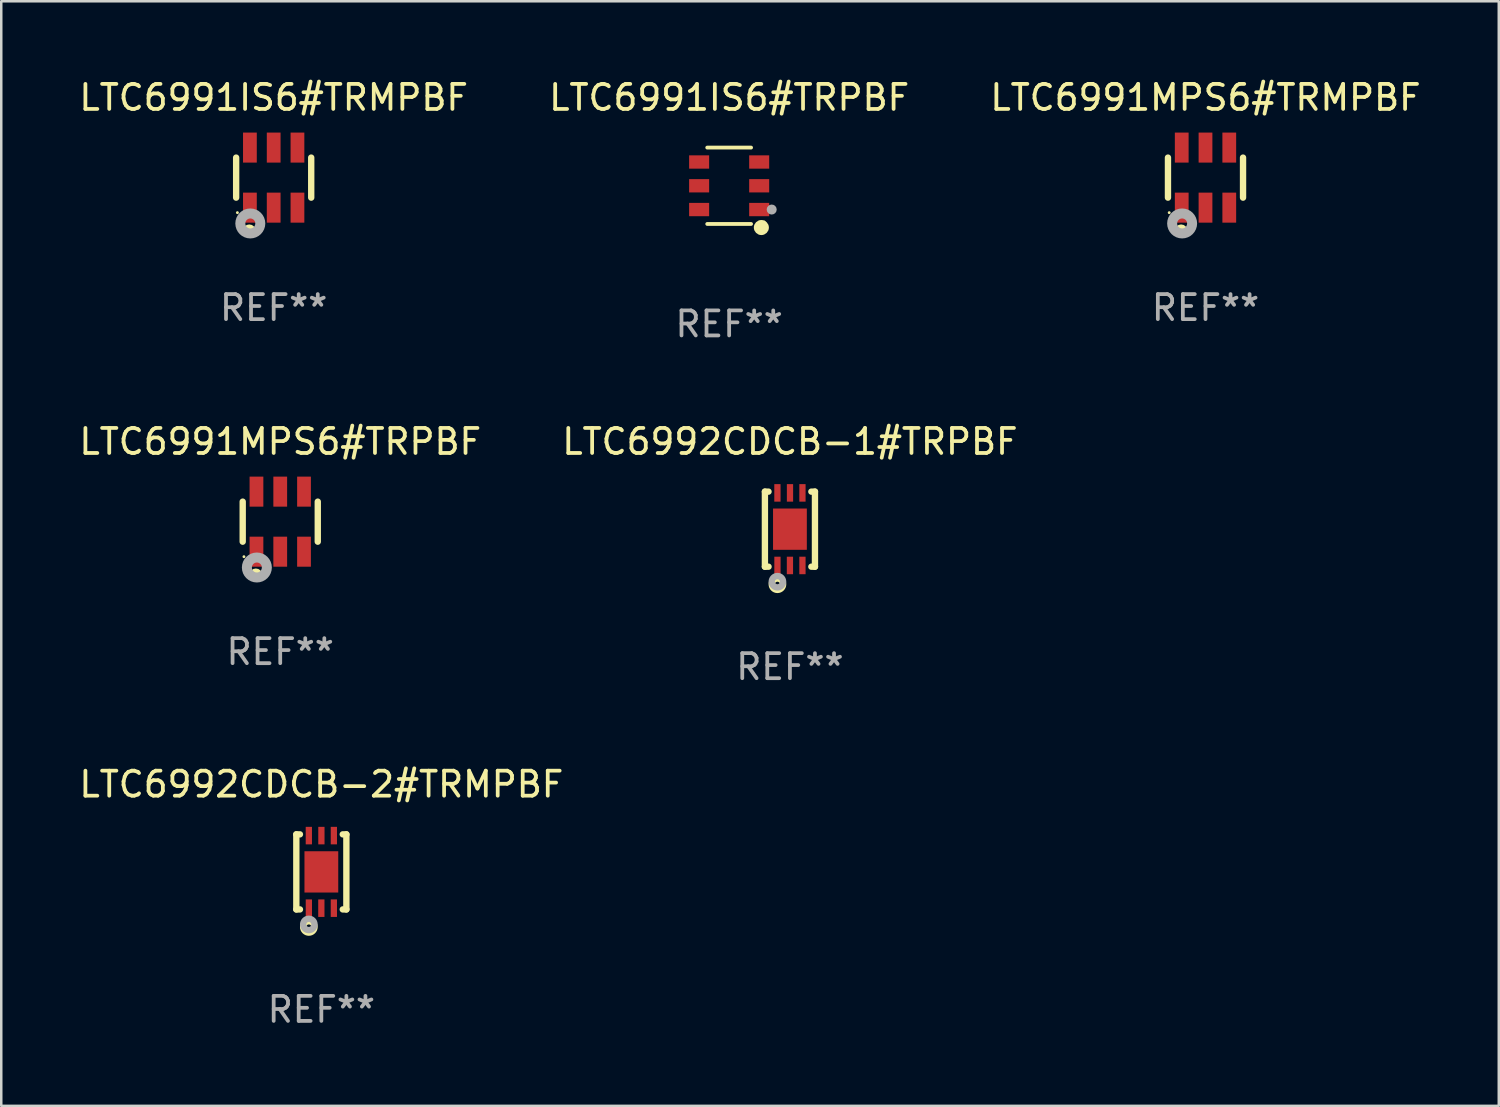
<source format=kicad_pcb>
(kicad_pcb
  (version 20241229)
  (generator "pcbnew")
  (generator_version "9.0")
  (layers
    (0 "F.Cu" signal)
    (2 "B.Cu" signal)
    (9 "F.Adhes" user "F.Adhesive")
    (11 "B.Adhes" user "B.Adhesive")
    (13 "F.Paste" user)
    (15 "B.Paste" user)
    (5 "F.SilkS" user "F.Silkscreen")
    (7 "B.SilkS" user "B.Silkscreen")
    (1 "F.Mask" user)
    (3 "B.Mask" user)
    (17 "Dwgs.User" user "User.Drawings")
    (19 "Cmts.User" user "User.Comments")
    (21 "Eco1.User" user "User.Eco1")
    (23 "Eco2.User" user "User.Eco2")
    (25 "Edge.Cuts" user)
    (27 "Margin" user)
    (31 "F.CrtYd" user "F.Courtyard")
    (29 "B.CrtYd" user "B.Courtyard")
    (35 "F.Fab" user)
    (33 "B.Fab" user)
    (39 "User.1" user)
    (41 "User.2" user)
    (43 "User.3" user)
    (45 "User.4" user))
  (footprint "LTC6992CDCB-1#TRPBF"
    (layer "F.Cu")
    (at 28.518 18.097)
    (property "Reference" "LTC6992CDCB-1#TRPBF" (at 0 -3.5 0) (layer "F.SilkS") (effects (font (size 1 1) (thickness 0.15))))
    (attr through_hole)
    (fp_line (start -1 1.5) (end -1 -1.5) (stroke (width 0.254) (type solid)) (layer "F.SilkS"))
    (fp_line (start -0.856 -1.5) (end -1 -1.5) (stroke (width 0.254) (type solid)) (layer "F.SilkS"))
    (fp_line (start -0.855 1.5) (end -1 1.5) (stroke (width 0.254) (type solid)) (layer "F.SilkS"))
    (fp_line (start 1 -1.5) (end 0.856 -1.5) (stroke (width 0.254) (type solid)) (layer "F.SilkS"))
    (fp_line (start 1 1.5) (end 0.856 1.5) (stroke (width 0.254) (type solid)) (layer "F.SilkS"))
    (fp_line (start 1 1.5) (end 1 -1.5) (stroke (width 0.254) (type solid)) (layer "F.SilkS"))
    (fp_circle (center -1 1.5) (end -0.97 1.5) (stroke (width 0.06) (type solid)) (fill no) (layer "F.SilkS"))
    (fp_circle (center -0.5 2.2) (end -0.4 2.2) (stroke (width 0.254) (type solid)) (fill no) (layer "F.SilkS"))
    (fp_circle (center -0.5 2.1) (end -0.4 2.1) (stroke (width 0.254) (type solid)) (fill no) (layer "F.Fab"))
    (fp_text user "REF**" (at 0 5.5 0) (layer "F.Fab") (effects (font (size 1 1) (thickness 0.15))))
    (pad "1" smd rect (at -0.499 1.45 180) (size 0.25 0.7) (layers "F.Cu" "F.Mask" "F.Paste"))
    (pad "2" smd rect (at 0.000025 1.45 180) (size 0.25 0.7) (layers "F.Cu" "F.Mask" "F.Paste"))
    (pad "3" smd rect (at 0.5 1.45 180) (size 0.25 0.7) (layers "F.Cu" "F.Mask" "F.Paste"))
    (pad "4" smd rect (at 0.5 -1.45 180) (size 0.25 0.7) (layers "F.Cu" "F.Mask" "F.Paste"))
    (pad "5" smd rect (at 0.002 -1.45 180) (size 0.25 0.7) (layers "F.Cu" "F.Mask" "F.Paste"))
    (pad "6" smd rect (at -0.5 -1.45 180) (size 0.25 0.7) (layers "F.Cu" "F.Mask" "F.Paste"))
    (pad "7" smd rect (at 0.000025 0.000038 180) (size 1.35 1.65) (layers "F.Cu" "F.Mask" "F.Paste")))
  (footprint "LTC6991MPS6#TRMPBF"
    (layer "F.Cu")
    (at 45.125 4.048)
    (property "Reference" "LTC6991MPS6#TRMPBF" (at 0 -3.2 0) (layer "F.SilkS") (effects (font (size 1 1) (thickness 0.15))))
    (attr through_hole)
    (fp_line (start -1.5 0.8) (end -1.5 -0.8) (stroke (width 0.254) (type solid)) (layer "F.SilkS"))
    (fp_line (start 1.5 -0.8) (end 1.5 0.8) (stroke (width 0.254) (type solid)) (layer "F.SilkS"))
    (fp_circle (center -1.45 1.4) (end -1.42 1.4) (stroke (width 0.06) (type solid)) (fill no) (layer "F.SilkS"))
    (fp_circle (center -0.975 2.125) (end -0.848 2.125) (stroke (width 0.254) (type solid)) (fill no) (layer "F.SilkS"))
    (fp_circle (center -0.934 1.832) (end -0.735 1.832) (stroke (width 0.4) (type solid)) (fill no) (layer "F.Fab"))
    (fp_text user "REF**" (at 0 5.2 0) (layer "F.Fab") (effects (font (size 1 1) (thickness 0.15))))
    (pad "1" smd rect (at -0.95 1.2) (size 0.55 1.2) (layers "F.Cu" "F.Mask" "F.Paste"))
    (pad "2" smd rect (at 0 1.2) (size 0.55 1.2) (layers "F.Cu" "F.Mask" "F.Paste"))
    (pad "3" smd rect (at 0.95 1.2) (size 0.55 1.2) (layers "F.Cu" "F.Mask" "F.Paste"))
    (pad "4" smd rect (at 0.95 -1.2) (size 0.55 1.2) (layers "F.Cu" "F.Mask" "F.Paste"))
    (pad "5" smd rect (at 0 -1.2) (size 0.55 1.2) (layers "F.Cu" "F.Mask" "F.Paste"))
    (pad "6" smd rect (at -0.95 -1.2) (size 0.55 1.2) (layers "F.Cu" "F.Mask" "F.Paste")))
  (footprint "LTC6991IS6#TRMPBF"
    (layer "F.Cu")
    (at 7.887 4.048)
    (property "Reference" "LTC6991IS6#TRMPBF" (at 0 -3.2 0) (layer "F.SilkS") (effects (font (size 1 1) (thickness 0.15))))
    (attr through_hole)
    (fp_line (start -1.5 0.8) (end -1.5 -0.8) (stroke (width 0.254) (type solid)) (layer "F.SilkS"))
    (fp_line (start 1.5 -0.8) (end 1.5 0.8) (stroke (width 0.254) (type solid)) (layer "F.SilkS"))
    (fp_circle (center -1.45 1.4) (end -1.42 1.4) (stroke (width 0.06) (type solid)) (fill no) (layer "F.SilkS"))
    (fp_circle (center -0.975 2.125) (end -0.848 2.125) (stroke (width 0.254) (type solid)) (fill no) (layer "F.SilkS"))
    (fp_circle (center -0.934 1.832) (end -0.735 1.832) (stroke (width 0.4) (type solid)) (fill no) (layer "F.Fab"))
    (fp_text user "REF**" (at 0 5.2 0) (layer "F.Fab") (effects (font (size 1 1) (thickness 0.15))))
    (pad "1" smd rect (at -0.95 1.2) (size 0.55 1.2) (layers "F.Cu" "F.Mask" "F.Paste"))
    (pad "2" smd rect (at 0 1.2) (size 0.55 1.2) (layers "F.Cu" "F.Mask" "F.Paste"))
    (pad "3" smd rect (at 0.95 1.2) (size 0.55 1.2) (layers "F.Cu" "F.Mask" "F.Paste"))
    (pad "4" smd rect (at 0.95 -1.2) (size 0.55 1.2) (layers "F.Cu" "F.Mask" "F.Paste"))
    (pad "5" smd rect (at 0 -1.2) (size 0.55 1.2) (layers "F.Cu" "F.Mask" "F.Paste"))
    (pad "6" smd rect (at -0.95 -1.2) (size 0.55 1.2) (layers "F.Cu" "F.Mask" "F.Paste")))
  (footprint "LTC6991IS6#TRPBF"
    (layer "F.Cu")
    (at 26.089 4.374)
    (property "Reference" "LTC6991IS6#TRPBF" (at 0 -3.526 0) (layer "F.SilkS") (effects (font (size 1 1) (thickness 0.15))))
    (attr through_hole)
    (fp_line (start 0.876 -1.526) (end -0.876 -1.526) (stroke (width 0.152) (type solid)) (layer "F.SilkS"))
    (fp_line (start 0.876 1.526) (end -0.876 1.526) (stroke (width 0.152) (type solid)) (layer "F.SilkS"))
    (fp_circle (center 1.287 1.669) (end 1.438 1.669) (stroke (width 0.3) (type solid)) (fill no) (layer "F.SilkS"))
    (fp_circle (center 1.4 1.45) (end 1.43 1.45) (stroke (width 0.06) (type solid)) (fill no) (layer "F.SilkS"))
    (fp_circle (center 1.7 0.95) (end 1.8 0.95) (stroke (width 0.2) (type solid)) (fill no) (layer "F.Fab"))
    (fp_text user "REF**" (at 0 5.526 0) (layer "F.Fab") (effects (font (size 1 1) (thickness 0.15))))
    (pad "1" smd rect (at 1.2 0.95) (size 0.8 0.532) (layers "F.Cu" "F.Mask" "F.Paste"))
    (pad "2" smd rect (at 1.2 0) (size 0.8 0.532) (layers "F.Cu" "F.Mask" "F.Paste"))
    (pad "3" smd rect (at 1.2 -0.95) (size 0.8 0.532) (layers "F.Cu" "F.Mask" "F.Paste"))
    (pad "4" smd rect (at -1.2 -0.95) (size 0.8 0.532) (layers "F.Cu" "F.Mask" "F.Paste"))
    (pad "5" smd rect (at -1.2 0) (size 0.8 0.532) (layers "F.Cu" "F.Mask" "F.Paste"))
    (pad "6" smd rect (at -1.2 0.95) (size 0.8 0.532) (layers "F.Cu" "F.Mask" "F.Paste")))
  (footprint "LTC6992CDCB-2#TRMPBF"
    (layer "F.Cu")
    (at 9.792 31.793)
    (property "Reference" "LTC6992CDCB-2#TRMPBF" (at 0 -3.5 0) (layer "F.SilkS") (effects (font (size 1 1) (thickness 0.15))))
    (attr through_hole)
    (fp_line (start -1 1.5) (end -1 -1.5) (stroke (width 0.254) (type solid)) (layer "F.SilkS"))
    (fp_line (start -0.856 -1.5) (end -1 -1.5) (stroke (width 0.254) (type solid)) (layer "F.SilkS"))
    (fp_line (start -0.855 1.5) (end -1 1.5) (stroke (width 0.254) (type solid)) (layer "F.SilkS"))
    (fp_line (start 1 -1.5) (end 0.856 -1.5) (stroke (width 0.254) (type solid)) (layer "F.SilkS"))
    (fp_line (start 1 1.5) (end 0.856 1.5) (stroke (width 0.254) (type solid)) (layer "F.SilkS"))
    (fp_line (start 1 1.5) (end 1 -1.5) (stroke (width 0.254) (type solid)) (layer "F.SilkS"))
    (fp_circle (center -1 1.5) (end -0.97 1.5) (stroke (width 0.06) (type solid)) (fill no) (layer "F.SilkS"))
    (fp_circle (center -0.5 2.2) (end -0.4 2.2) (stroke (width 0.254) (type solid)) (fill no) (layer "F.SilkS"))
    (fp_circle (center -0.5 2.1) (end -0.4 2.1) (stroke (width 0.254) (type solid)) (fill no) (layer "F.Fab"))
    (fp_text user "REF**" (at 0 5.5 0) (layer "F.Fab") (effects (font (size 1 1) (thickness 0.15))))
    (pad "1" smd rect (at -0.499 1.45 180) (size 0.25 0.7) (layers "F.Cu" "F.Mask" "F.Paste"))
    (pad "2" smd rect (at 0.000025 1.45 180) (size 0.25 0.7) (layers "F.Cu" "F.Mask" "F.Paste"))
    (pad "3" smd rect (at 0.5 1.45 180) (size 0.25 0.7) (layers "F.Cu" "F.Mask" "F.Paste"))
    (pad "4" smd rect (at 0.5 -1.45 180) (size 0.25 0.7) (layers "F.Cu" "F.Mask" "F.Paste"))
    (pad "5" smd rect (at 0.002 -1.45 180) (size 0.25 0.7) (layers "F.Cu" "F.Mask" "F.Paste"))
    (pad "6" smd rect (at -0.5 -1.45 180) (size 0.25 0.7) (layers "F.Cu" "F.Mask" "F.Paste"))
    (pad "7" smd rect (at 0.000025 0.000038 180) (size 1.35 1.65) (layers "F.Cu" "F.Mask" "F.Paste")))
  (footprint "LTC6991MPS6#TRPBF"
    (layer "F.Cu")
    (at 8.149 17.797)
    (property "Reference" "LTC6991MPS6#TRPBF" (at 0 -3.2 0) (layer "F.SilkS") (effects (font (size 1 1) (thickness 0.15))))
    (attr through_hole)
    (fp_line (start -1.5 0.8) (end -1.5 -0.8) (stroke (width 0.254) (type solid)) (layer "F.SilkS"))
    (fp_line (start 1.5 -0.8) (end 1.5 0.8) (stroke (width 0.254) (type solid)) (layer "F.SilkS"))
    (fp_circle (center -1.45 1.4) (end -1.42 1.4) (stroke (width 0.06) (type solid)) (fill no) (layer "F.SilkS"))
    (fp_circle (center -0.975 2.125) (end -0.848 2.125) (stroke (width 0.254) (type solid)) (fill no) (layer "F.SilkS"))
    (fp_circle (center -0.934 1.832) (end -0.735 1.832) (stroke (width 0.4) (type solid)) (fill no) (layer "F.Fab"))
    (fp_text user "REF**" (at 0 5.2 0) (layer "F.Fab") (effects (font (size 1 1) (thickness 0.15))))
    (pad "1" smd rect (at -0.95 1.2) (size 0.55 1.2) (layers "F.Cu" "F.Mask" "F.Paste"))
    (pad "2" smd rect (at 0 1.2) (size 0.55 1.2) (layers "F.Cu" "F.Mask" "F.Paste"))
    (pad "3" smd rect (at 0.95 1.2) (size 0.55 1.2) (layers "F.Cu" "F.Mask" "F.Paste"))
    (pad "4" smd rect (at 0.95 -1.2) (size 0.55 1.2) (layers "F.Cu" "F.Mask" "F.Paste"))
    (pad "5" smd rect (at 0 -1.2) (size 0.55 1.2) (layers "F.Cu" "F.Mask" "F.Paste"))
    (pad "6" smd rect (at -0.95 -1.2) (size 0.55 1.2) (layers "F.Cu" "F.Mask" "F.Paste")))
  (gr_rect
    (start -3 -3)
    (end 56.845 41.142)
    (stroke (width 0.1) (type default))
    (fill no)
    (layer "Edge.Cuts")))
</source>
